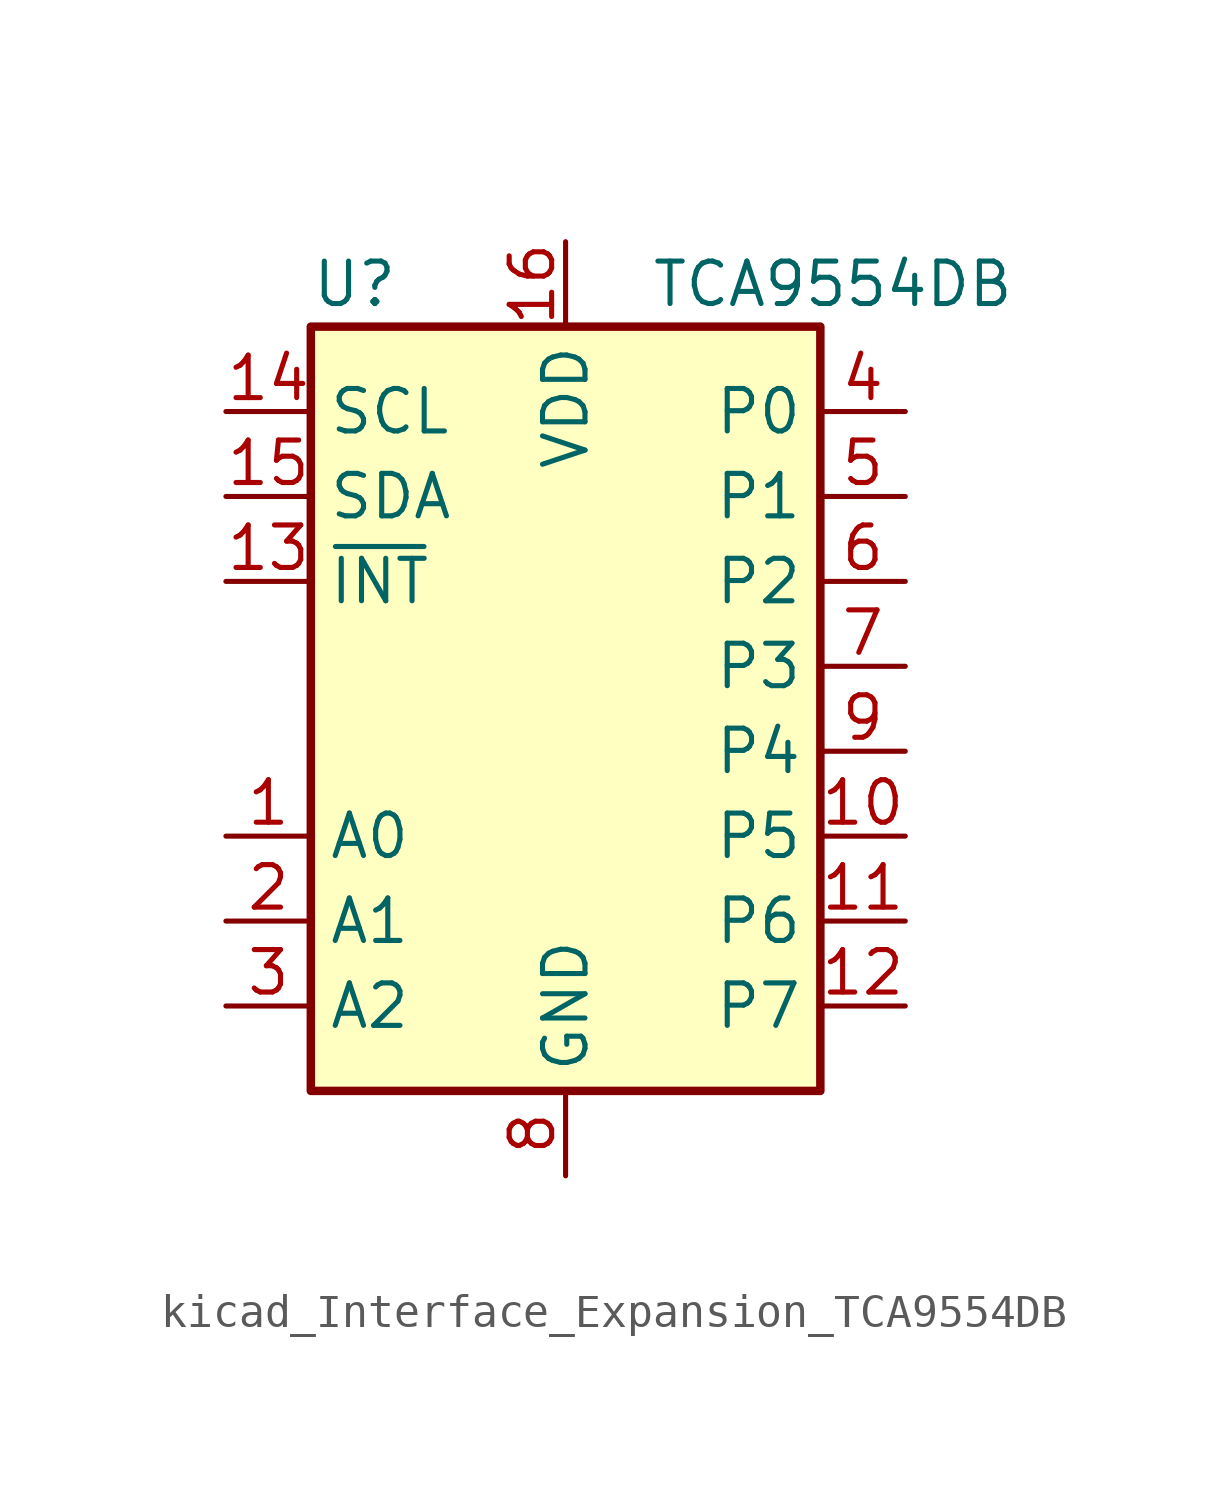
<source format=kicad_sym>
(kicad_symbol_lib
  (version 20220914)
  (generator kicad_symbol_editor)
  (symbol "kicad_Interface_Expansion_TCA9554DB"
    (property "Reference" "U"
      (at -7.62 11.43 0)
      (effects (font (size 1.27 1.27)) (justify left)))
    (property "Value" "TCA9554DB"
      (at 2.54 11.43 0)
      (effects (font (size 1.27 1.27)) (justify left)))
    (symbol "kicad_Interface_Expansion_TCA9554DB_0_1"
      (rectangle (start -7.62 -12.7) (end 7.62 10.16) (stroke (width 0.254) (type default)) (fill (type background))))
    (symbol "kicad_Interface_Expansion_TCA9554DB_1_1"
      (pin input line (at -10.16 -5.08 0) (length 2.54) (name "A0" (effects (font (size 1.27 1.27)))) (number "1" (effects (font (size 1.27 1.27)))))
      (pin bidirectional line (at 10.16 -5.08 180) (length 2.54) (name "P5" (effects (font (size 1.27 1.27)))) (number "10" (effects (font (size 1.27 1.27)))))
      (pin bidirectional line (at 10.16 -7.62 180) (length 2.54) (name "P6" (effects (font (size 1.27 1.27)))) (number "11" (effects (font (size 1.27 1.27)))))
      (pin bidirectional line (at 10.16 -10.16 180) (length 2.54) (name "P7" (effects (font (size 1.27 1.27)))) (number "12" (effects (font (size 1.27 1.27)))))
      (pin open_collector line (at -10.16 2.54 0) (length 2.54) (name "~{INT}" (effects (font (size 1.27 1.27)))) (number "13" (effects (font (size 1.27 1.27)))))
      (pin input line (at -10.16 7.62 0) (length 2.54) (name "SCL" (effects (font (size 1.27 1.27)))) (number "14" (effects (font (size 1.27 1.27)))))
      (pin bidirectional line (at -10.16 5.08 0) (length 2.54) (name "SDA" (effects (font (size 1.27 1.27)))) (number "15" (effects (font (size 1.27 1.27)))))
      (pin power_in line (at 0 12.7 270) (length 2.54) (name "VDD" (effects (font (size 1.27 1.27)))) (number "16" (effects (font (size 1.27 1.27)))))
      (pin input line (at -10.16 -7.62 0) (length 2.54) (name "A1" (effects (font (size 1.27 1.27)))) (number "2" (effects (font (size 1.27 1.27)))))
      (pin input line (at -10.16 -10.16 0) (length 2.54) (name "A2" (effects (font (size 1.27 1.27)))) (number "3" (effects (font (size 1.27 1.27)))))
      (pin bidirectional line (at 10.16 7.62 180) (length 2.54) (name "P0" (effects (font (size 1.27 1.27)))) (number "4" (effects (font (size 1.27 1.27)))))
      (pin bidirectional line (at 10.16 5.08 180) (length 2.54) (name "P1" (effects (font (size 1.27 1.27)))) (number "5" (effects (font (size 1.27 1.27)))))
      (pin bidirectional line (at 10.16 2.54 180) (length 2.54) (name "P2" (effects (font (size 1.27 1.27)))) (number "6" (effects (font (size 1.27 1.27)))))
      (pin bidirectional line (at 10.16 0 180) (length 2.54) (name "P3" (effects (font (size 1.27 1.27)))) (number "7" (effects (font (size 1.27 1.27)))))
      (pin power_in line (at 0 -15.24 90) (length 2.54) (name "GND" (effects (font (size 1.27 1.27)))) (number "8" (effects (font (size 1.27 1.27)))))
      (pin bidirectional line (at 10.16 -2.54 180) (length 2.54) (name "P4" (effects (font (size 1.27 1.27)))) (number "9" (effects (font (size 1.27 1.27))))))))
</source>
